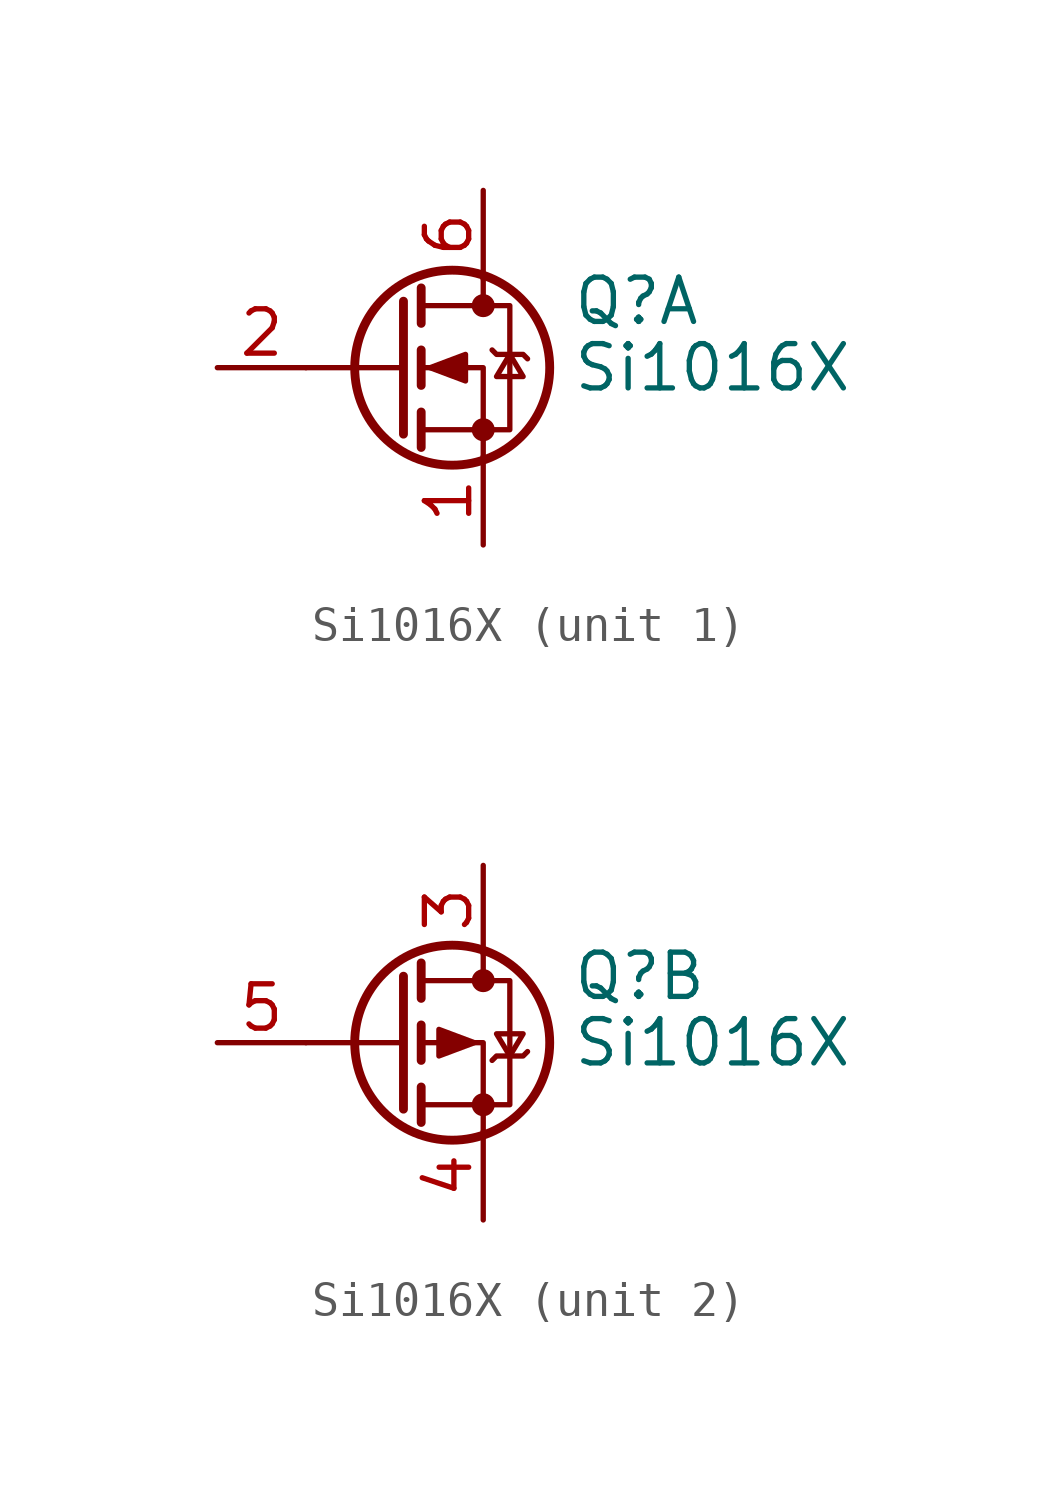
<source format=kicad_sym>
(kicad_symbol_lib
  (version 20231120)
  (generator "kicad_symbol_editor")
  (generator_version "8.0")
  (symbol "Si1016X"
    (pin_names hide)
    (property "Reference" "Q"
      (at 5.08 1.905 0)
      (effects (font (size 1.27 1.27)) (justify left)))
    (property "Value" "Si1016X"
      (at 5.08 0 0)
      (effects (font (size 1.27 1.27)) (justify left)))
    (symbol "Si1016X_0_1"
      (polyline (pts (xy 0.254 0) (xy -2.54 0)) (stroke (width 0) (type default)) (fill (type none)))
      (polyline (pts (xy 0.254 1.905) (xy 0.254 -1.905)) (stroke (width 0.254) (type default)) (fill (type none)))
      (polyline (pts (xy 0.762 -1.27) (xy 0.762 -2.286)) (stroke (width 0.254) (type default)) (fill (type none)))
      (polyline (pts (xy 0.762 0.508) (xy 0.762 -0.508)) (stroke (width 0.254) (type default)) (fill (type none)))
      (polyline (pts (xy 0.762 2.286) (xy 0.762 1.27)) (stroke (width 0.254) (type default)) (fill (type none)))
      (polyline (pts (xy 2.54 2.54) (xy 2.54 1.778)) (stroke (width 0) (type default)) (fill (type none)))
      (polyline (pts (xy 2.54 -2.54) (xy 2.54 0) (xy 0.762 0)) (stroke (width 0) (type default)) (fill (type none)))
      (polyline (pts (xy 0.762 -1.778) (xy 3.302 -1.778) (xy 3.302 1.778) (xy 0.762 1.778)) (stroke (width 0) (type default)) (fill (type none)))
      (circle (center 1.651 0) (radius 2.794) (stroke (width 0.254) (type default)) (fill (type none)))
      (circle (center 2.54 -1.778) (radius 0.254) (stroke (width 0) (type default)) (fill (type outline)))
      (circle (center 2.54 1.778) (radius 0.254) (stroke (width 0) (type default)) (fill (type outline))))
    (symbol "Si1016X_1_1"
      (polyline (pts (xy 1.016 0) (xy 2.032 0.381) (xy 2.032 -0.381) (xy 1.016 0)) (stroke (width 0) (type default)) (fill (type outline)))
      (polyline (pts (xy 2.794 0.508) (xy 2.921 0.381) (xy 3.683 0.381) (xy 3.81 0.254)) (stroke (width 0) (type default)) (fill (type none)))
      (polyline (pts (xy 3.302 0.381) (xy 2.921 -0.254) (xy 3.683 -0.254) (xy 3.302 0.381)) (stroke (width 0) (type default)) (fill (type none)))
      (pin passive line (at 2.54 -5.08 90) (length 2.54) (name "S1" (effects (font (size 1.27 1.27)))) (number "1" (effects (font (size 1.27 1.27)))))
      (pin input line (at -5.08 0 0) (length 2.54) (name "G2" (effects (font (size 1.27 1.27)))) (number "2" (effects (font (size 1.27 1.27)))))
      (pin passive line (at 2.54 5.08 270) (length 2.54) (name "D1" (effects (font (size 1.27 1.27)))) (number "6" (effects (font (size 1.27 1.27))))))
    (symbol "Si1016X_2_1"
      (polyline (pts (xy 2.286 0) (xy 1.27 0.381) (xy 1.27 -0.381) (xy 2.286 0)) (stroke (width 0) (type default)) (fill (type outline)))
      (polyline (pts (xy 2.794 -0.508) (xy 2.921 -0.381) (xy 3.683 -0.381) (xy 3.81 -0.254)) (stroke (width 0) (type default)) (fill (type none)))
      (polyline (pts (xy 3.302 -0.381) (xy 2.921 0.254) (xy 3.683 0.254) (xy 3.302 -0.381)) (stroke (width 0) (type default)) (fill (type none)))
      (pin passive line (at 2.54 5.08 270) (length 2.54) (name "D2" (effects (font (size 1.27 1.27)))) (number "3" (effects (font (size 1.27 1.27)))))
      (pin passive line (at 2.54 -5.08 90) (length 2.54) (name "S2" (effects (font (size 1.27 1.27)))) (number "4" (effects (font (size 1.27 1.27)))))
      (pin input line (at -5.08 0 0) (length 2.54) (name "G2" (effects (font (size 1.27 1.27)))) (number "5" (effects (font (size 1.27 1.27))))))))
</source>
